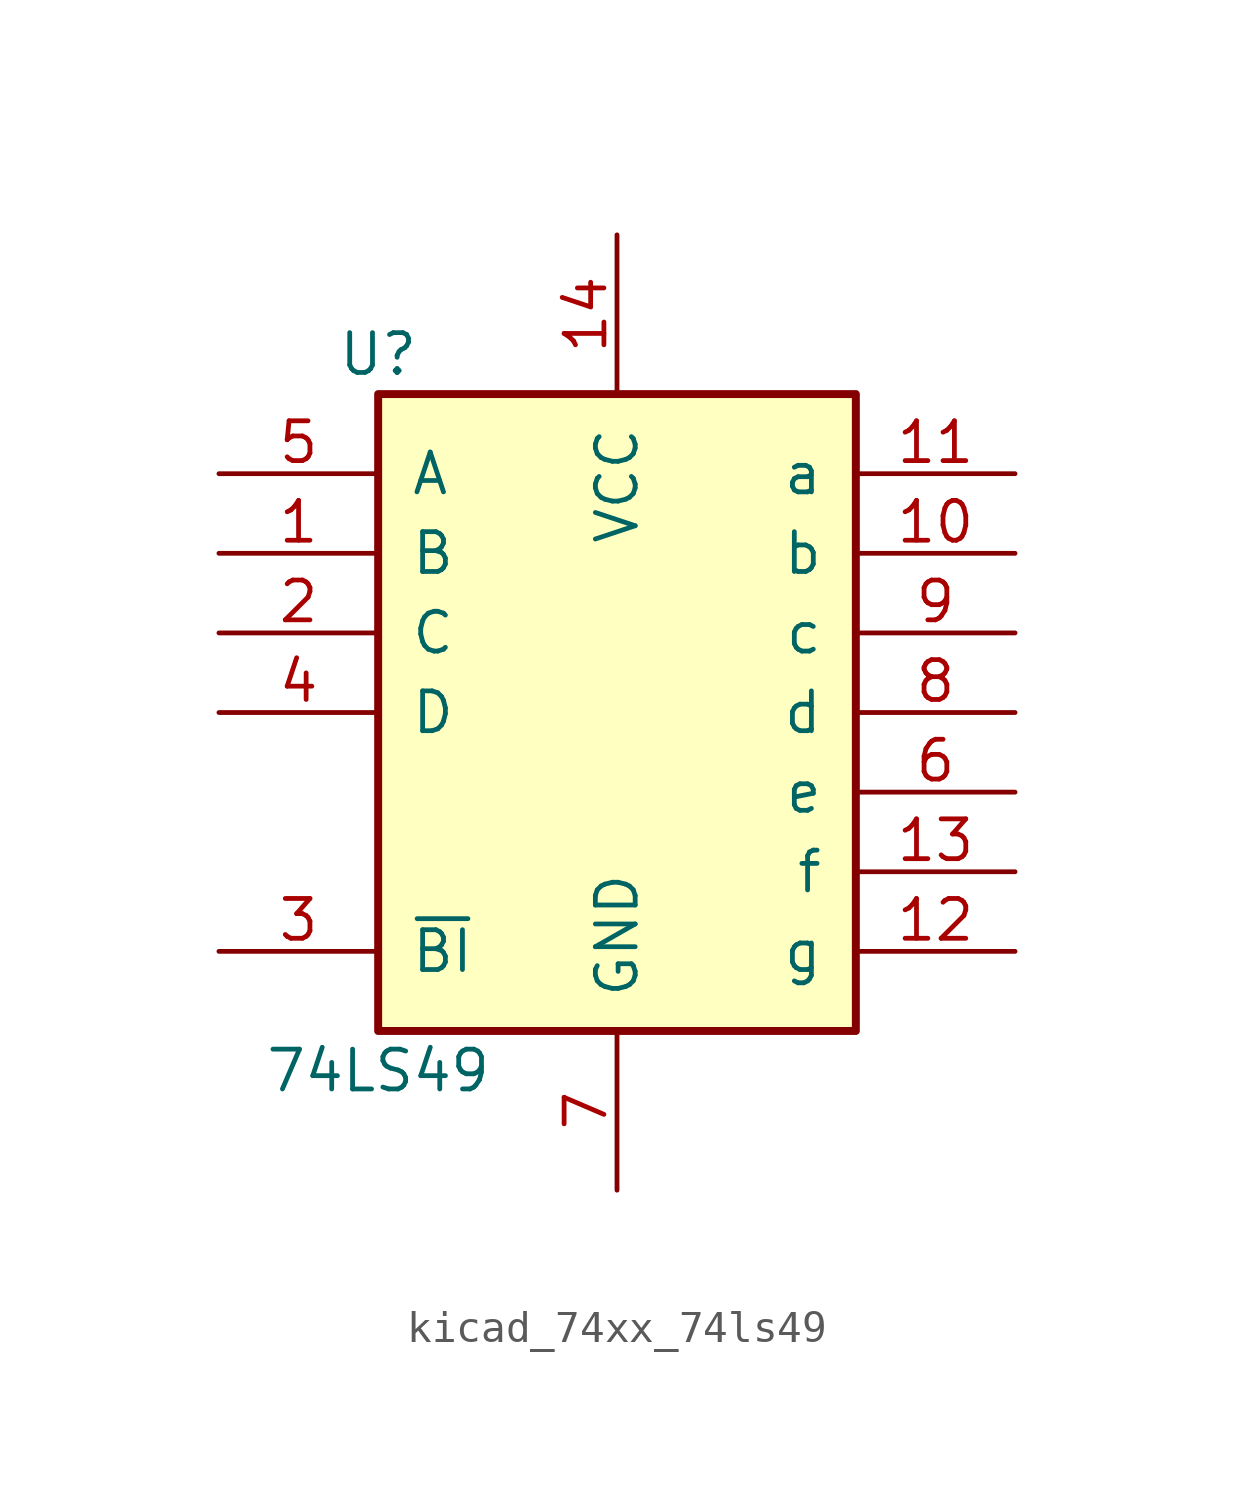
<source format=kicad_sym>
(kicad_symbol_lib
  (version 20220914)
  (generator kicad_symbol_editor)
  (symbol "kicad_74xx_74ls49"
    (pin_names
      (offset 1.016))
    (property "Reference" "U"
      (at -7.62 11.43 0)
      (effects (font (size 1.27 1.27))))
    (property "Value" "74LS49"
      (at -7.62 -11.43 0)
      (effects (font (size 1.27 1.27))))
    (property "ki_locked" ""
      (at 0 0 0)
      (effects (font (size 1.27 1.27))))
    (symbol "kicad_74xx_74ls49_1_0"
      (pin input line (at -12.7 5.08 0) (length 5.08) (name "B" (effects (font (size 1.27 1.27)))) (number "1" (effects (font (size 1.27 1.27)))))
      (pin open_collector line (at 12.7 5.08 180) (length 5.08) (name "b" (effects (font (size 1.27 1.27)))) (number "10" (effects (font (size 1.27 1.27)))))
      (pin open_collector line (at 12.7 7.62 180) (length 5.08) (name "a" (effects (font (size 1.27 1.27)))) (number "11" (effects (font (size 1.27 1.27)))))
      (pin open_collector line (at 12.7 -7.62 180) (length 5.08) (name "g" (effects (font (size 1.27 1.27)))) (number "12" (effects (font (size 1.27 1.27)))))
      (pin open_collector line (at 12.7 -5.08 180) (length 5.08) (name "f" (effects (font (size 1.27 1.27)))) (number "13" (effects (font (size 1.27 1.27)))))
      (pin power_in line (at 0 15.24 270) (length 5.08) (name "VCC" (effects (font (size 1.27 1.27)))) (number "14" (effects (font (size 1.27 1.27)))))
      (pin input line (at -12.7 2.54 0) (length 5.08) (name "C" (effects (font (size 1.27 1.27)))) (number "2" (effects (font (size 1.27 1.27)))))
      (pin input line (at -12.7 -7.62 0) (length 5.08) (name "~{BI}" (effects (font (size 1.27 1.27)))) (number "3" (effects (font (size 1.27 1.27)))))
      (pin input line (at -12.7 0 0) (length 5.08) (name "D" (effects (font (size 1.27 1.27)))) (number "4" (effects (font (size 1.27 1.27)))))
      (pin input line (at -12.7 7.62 0) (length 5.08) (name "A" (effects (font (size 1.27 1.27)))) (number "5" (effects (font (size 1.27 1.27)))))
      (pin open_collector line (at 12.7 -2.54 180) (length 5.08) (name "e" (effects (font (size 1.27 1.27)))) (number "6" (effects (font (size 1.27 1.27)))))
      (pin power_in line (at 0 -15.24 90) (length 5.08) (name "GND" (effects (font (size 1.27 1.27)))) (number "7" (effects (font (size 1.27 1.27)))))
      (pin open_collector line (at 12.7 0 180) (length 5.08) (name "d" (effects (font (size 1.27 1.27)))) (number "8" (effects (font (size 1.27 1.27)))))
      (pin open_collector line (at 12.7 2.54 180) (length 5.08) (name "c" (effects (font (size 1.27 1.27)))) (number "9" (effects (font (size 1.27 1.27))))))
    (symbol "kicad_74xx_74ls49_1_1"
      (rectangle (start -7.62 10.16) (end 7.62 -10.16) (stroke (width 0.254) (type default)) (fill (type background))))))
</source>
